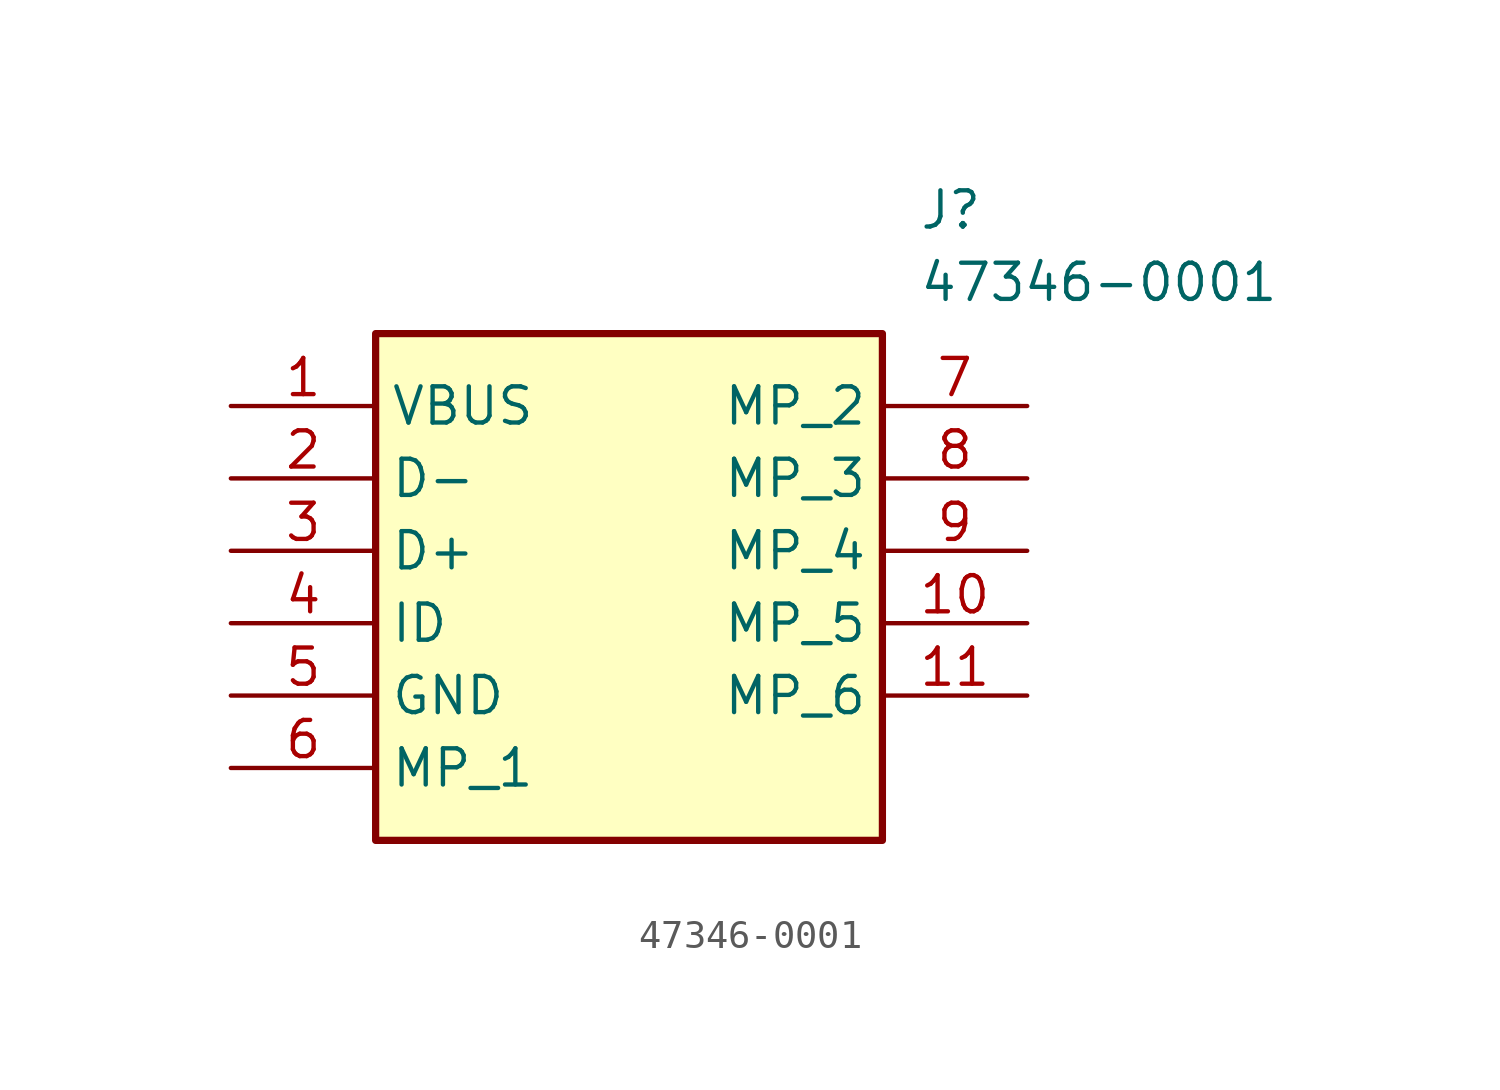
<source format=kicad_sym>
(kicad_symbol_lib
  (version 20211014)
  (generator SamacSys_ECAD_Model)
  (symbol "47346-0001"
    (property "Reference" "J"
      (at 24.13 7.62 0)
      (effects (font (size 1.27 1.27)) (justify left top)))
    (property "Value" "47346-0001"
      (at 24.13 5.08 0)
      (effects (font (size 1.27 1.27)) (justify left top)))
    (rectangle
      (start 5.08 2.54)
      (end 22.86 -15.24)
      (stroke (width 0.254) (type default))
      (fill (type background)))
    (pin passive line
      (at 0 0 0)
      (length 5.08)
      (name "VBUS" (effects (font (size 1.27 1.27))))
      (number "1" (effects (font (size 1.27 1.27)))))
    (pin passive line
      (at 0 -2.54 0)
      (length 5.08)
      (name "D-" (effects (font (size 1.27 1.27))))
      (number "2" (effects (font (size 1.27 1.27)))))
    (pin passive line
      (at 0 -5.08 0)
      (length 5.08)
      (name "D+" (effects (font (size 1.27 1.27))))
      (number "3" (effects (font (size 1.27 1.27)))))
    (pin passive line
      (at 0 -7.62 0)
      (length 5.08)
      (name "ID" (effects (font (size 1.27 1.27))))
      (number "4" (effects (font (size 1.27 1.27)))))
    (pin passive line
      (at 0 -10.16 0)
      (length 5.08)
      (name "GND" (effects (font (size 1.27 1.27))))
      (number "5" (effects (font (size 1.27 1.27)))))
    (pin passive line
      (at 0 -12.7 0)
      (length 5.08)
      (name "MP_1" (effects (font (size 1.27 1.27))))
      (number "6" (effects (font (size 1.27 1.27)))))
    (pin passive line
      (at 27.94 0 180)
      (length 5.08)
      (name "MP_2" (effects (font (size 1.27 1.27))))
      (number "7" (effects (font (size 1.27 1.27)))))
    (pin passive line
      (at 27.94 -2.54 180)
      (length 5.08)
      (name "MP_3" (effects (font (size 1.27 1.27))))
      (number "8" (effects (font (size 1.27 1.27)))))
    (pin passive line
      (at 27.94 -5.08 180)
      (length 5.08)
      (name "MP_4" (effects (font (size 1.27 1.27))))
      (number "9" (effects (font (size 1.27 1.27)))))
    (pin passive line
      (at 27.94 -7.62 180)
      (length 5.08)
      (name "MP_5" (effects (font (size 1.27 1.27))))
      (number "10" (effects (font (size 1.27 1.27)))))
    (pin passive line
      (at 27.94 -10.16 180)
      (length 5.08)
      (name "MP_6" (effects (font (size 1.27 1.27))))
      (number "11" (effects (font (size 1.27 1.27)))))))
</source>
